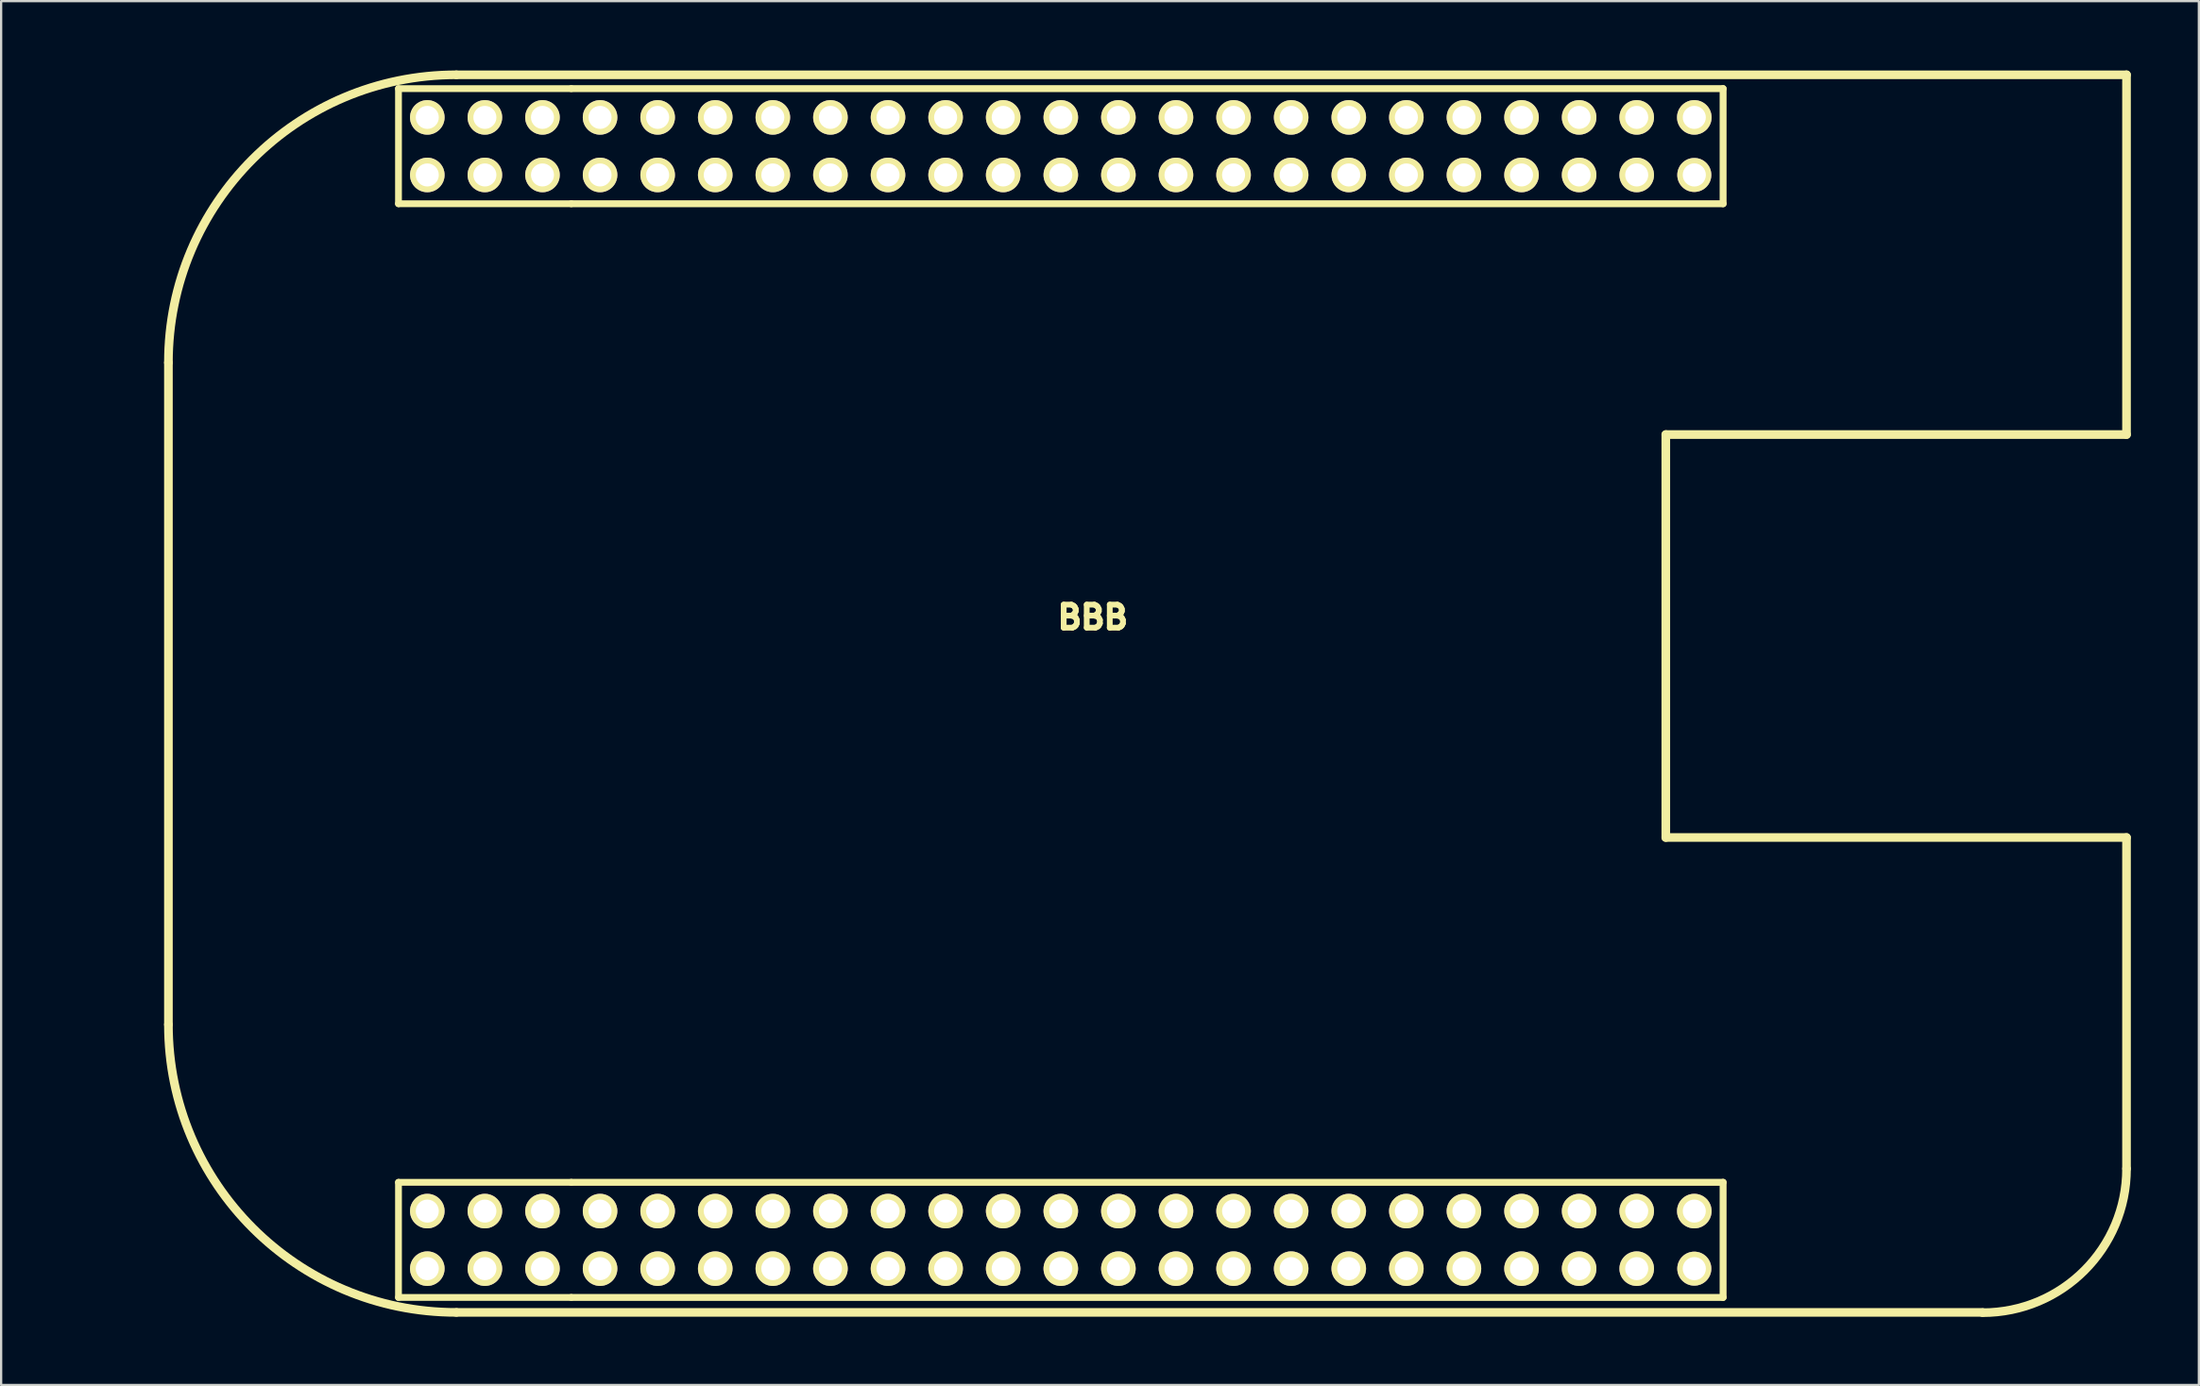
<source format=kicad_pcb>
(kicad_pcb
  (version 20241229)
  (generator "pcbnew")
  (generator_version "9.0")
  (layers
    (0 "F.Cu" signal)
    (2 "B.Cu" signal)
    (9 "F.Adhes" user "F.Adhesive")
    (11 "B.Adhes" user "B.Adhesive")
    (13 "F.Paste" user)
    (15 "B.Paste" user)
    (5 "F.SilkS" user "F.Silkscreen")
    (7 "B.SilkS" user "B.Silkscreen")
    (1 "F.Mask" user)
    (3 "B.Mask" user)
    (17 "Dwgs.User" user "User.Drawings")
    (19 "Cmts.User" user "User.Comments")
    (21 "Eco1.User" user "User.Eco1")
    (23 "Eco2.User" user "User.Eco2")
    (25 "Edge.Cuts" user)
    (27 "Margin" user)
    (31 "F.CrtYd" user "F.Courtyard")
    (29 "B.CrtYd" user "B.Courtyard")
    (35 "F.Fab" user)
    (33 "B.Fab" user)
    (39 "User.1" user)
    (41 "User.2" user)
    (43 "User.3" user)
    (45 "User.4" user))
  (footprint "BBB"
    (layer "F.Cu")
    (at 0.25 0.25)
    (property "Reference" "BBB" (at 44.895 23.939 0) (layer "F.SilkS") (effects (font (size 1.016 1.016) (thickness 0.254))))
    (attr through_hole)
    (fp_line (start 4.128 12.7) (end 4.128 41.91) (stroke (width 0.381) (type solid)) (layer "F.SilkS"))
    (fp_line (start 14.275 0.61) (end 21.895 0.61) (stroke (width 0.3) (type solid)) (layer "F.SilkS"))
    (fp_line (start 14.275 5.69) (end 14.275 0.61) (stroke (width 0.3) (type solid)) (layer "F.SilkS"))
    (fp_line (start 14.275 48.87) (end 21.895 48.87) (stroke (width 0.3) (type solid)) (layer "F.SilkS"))
    (fp_line (start 14.275 53.95) (end 14.275 48.87) (stroke (width 0.3) (type solid)) (layer "F.SilkS"))
    (fp_line (start 21.895 0.61) (end 72.695 0.61) (stroke (width 0.305) (type solid)) (layer "F.SilkS"))
    (fp_line (start 21.895 5.69) (end 14.275 5.69) (stroke (width 0.3) (type solid)) (layer "F.SilkS"))
    (fp_line (start 21.895 5.69) (end 72.695 5.69) (stroke (width 0.305) (type solid)) (layer "F.SilkS"))
    (fp_line (start 21.895 48.87) (end 72.695 48.87) (stroke (width 0.305) (type solid)) (layer "F.SilkS"))
    (fp_line (start 21.895 53.95) (end 14.275 53.95) (stroke (width 0.3) (type solid)) (layer "F.SilkS"))
    (fp_line (start 21.895 53.95) (end 72.695 53.95) (stroke (width 0.305) (type solid)) (layer "F.SilkS"))
    (fp_line (start 70.168 33.655) (end 70.168 15.875) (stroke (width 0.381) (type solid)) (layer "F.SilkS"))
    (fp_line (start 72.695 0.61) (end 72.695 5.69) (stroke (width 0.305) (type solid)) (layer "F.SilkS"))
    (fp_line (start 72.695 48.87) (end 72.695 53.95) (stroke (width 0.305) (type solid)) (layer "F.SilkS"))
    (fp_line (start 84.138 54.61) (end 16.828 54.61) (stroke (width 0.381) (type solid)) (layer "F.SilkS"))
    (fp_line (start 90.487 0) (end 16.828 0) (stroke (width 0.381) (type solid)) (layer "F.SilkS"))
    (fp_line (start 90.487 15.875) (end 70.168 15.875) (stroke (width 0.381) (type solid)) (layer "F.SilkS"))
    (fp_line (start 90.487 15.875) (end 90.487 0) (stroke (width 0.381) (type solid)) (layer "F.SilkS"))
    (fp_line (start 90.487 33.655) (end 70.168 33.655) (stroke (width 0.381) (type solid)) (layer "F.SilkS"))
    (fp_line (start 90.487 48.26) (end 90.487 33.655) (stroke (width 0.381) (type solid)) (layer "F.SilkS"))
    (fp_arc (start 4.1275 12.7) (mid 7.847244 3.719744) (end 16.8275 0) (stroke (width 0.381) (type solid)) (layer "F.SilkS"))
    (fp_arc (start 16.8275 54.61) (mid 7.847244 50.890256) (end 4.1275 41.91) (stroke (width 0.381) (type solid)) (layer "F.SilkS"))
    (fp_arc (start 90.4875 48.2723) (mid 88.627628 52.762428) (end 84.1375 54.6223) (stroke (width 0.381) (type solid)) (layer "F.SilkS"))
    (pad "1" thru_hole circle (at 71.425 4.42 180) (size 1.5 1.5) (drill 1.02) (layers "*.Cu" "*.Mask" "F.SilkS"))
    (pad "2" thru_hole circle (at 71.425 1.88 180) (size 1.524 1.524) (drill 1.016) (layers "*.Cu" "*.Mask" "F.SilkS"))
    (pad "3" thru_hole circle (at 68.885 4.42 180) (size 1.524 1.524) (drill 1.016) (layers "*.Cu" "*.Mask" "F.SilkS"))
    (pad "4" thru_hole circle (at 68.885 1.88 180) (size 1.524 1.524) (drill 1.016) (layers "*.Cu" "*.Mask" "F.SilkS"))
    (pad "5" thru_hole circle (at 66.345 4.42 180) (size 1.524 1.524) (drill 1.016) (layers "*.Cu" "*.Mask" "F.SilkS"))
    (pad "6" thru_hole circle (at 66.345 1.88 180) (size 1.524 1.524) (drill 1.016) (layers "*.Cu" "*.Mask" "F.SilkS"))
    (pad "7" thru_hole circle (at 63.805 4.42 180) (size 1.524 1.524) (drill 1.016) (layers "*.Cu" "*.Mask" "F.SilkS"))
    (pad "8" thru_hole circle (at 63.805 1.88 180) (size 1.524 1.524) (drill 1.016) (layers "*.Cu" "*.Mask" "F.SilkS"))
    (pad "9" thru_hole circle (at 61.265 4.42 180) (size 1.524 1.524) (drill 1.016) (layers "*.Cu" "*.Mask" "F.SilkS"))
    (pad "10" thru_hole circle (at 61.265 1.88 180) (size 1.524 1.524) (drill 1.016) (layers "*.Cu" "*.Mask" "F.SilkS"))
    (pad "11" thru_hole circle (at 58.725 4.42 180) (size 1.524 1.524) (drill 1.016) (layers "*.Cu" "*.Mask" "F.SilkS"))
    (pad "12" thru_hole circle (at 58.725 1.88 180) (size 1.524 1.524) (drill 1.016) (layers "*.Cu" "*.Mask" "F.SilkS"))
    (pad "13" thru_hole circle (at 56.185 4.42 180) (size 1.524 1.524) (drill 1.016) (layers "*.Cu" "*.Mask" "F.SilkS"))
    (pad "14" thru_hole circle (at 56.185 1.88 180) (size 1.524 1.524) (drill 1.016) (layers "*.Cu" "*.Mask" "F.SilkS"))
    (pad "15" thru_hole circle (at 53.645 4.42 180) (size 1.524 1.524) (drill 1.016) (layers "*.Cu" "*.Mask" "F.SilkS"))
    (pad "16" thru_hole circle (at 53.645 1.88 180) (size 1.524 1.524) (drill 1.016) (layers "*.Cu" "*.Mask" "F.SilkS"))
    (pad "17" thru_hole circle (at 51.105 4.42 180) (size 1.524 1.524) (drill 1.016) (layers "*.Cu" "*.Mask" "F.SilkS"))
    (pad "18" thru_hole circle (at 51.105 1.88 180) (size 1.524 1.524) (drill 1.016) (layers "*.Cu" "*.Mask" "F.SilkS"))
    (pad "19" thru_hole circle (at 48.565 4.42 180) (size 1.524 1.524) (drill 1.016) (layers "*.Cu" "*.Mask" "F.SilkS"))
    (pad "20" thru_hole circle (at 48.565 1.88 180) (size 1.524 1.524) (drill 1.016) (layers "*.Cu" "*.Mask" "F.SilkS"))
    (pad "21" thru_hole circle (at 46.025 4.42 180) (size 1.524 1.524) (drill 1.016) (layers "*.Cu" "*.Mask" "F.SilkS"))
    (pad "22" thru_hole circle (at 46.025 1.88 180) (size 1.524 1.524) (drill 1.016) (layers "*.Cu" "*.Mask" "F.SilkS"))
    (pad "23" thru_hole circle (at 43.485 4.42 180) (size 1.524 1.524) (drill 1.016) (layers "*.Cu" "*.Mask" "F.SilkS"))
    (pad "24" thru_hole circle (at 43.485 1.88 180) (size 1.524 1.524) (drill 1.016) (layers "*.Cu" "*.Mask" "F.SilkS"))
    (pad "25" thru_hole circle (at 40.945 4.42 180) (size 1.524 1.524) (drill 1.016) (layers "*.Cu" "*.Mask" "F.SilkS"))
    (pad "26" thru_hole circle (at 40.945 1.88 180) (size 1.524 1.524) (drill 1.016) (layers "*.Cu" "*.Mask" "F.SilkS"))
    (pad "27" thru_hole circle (at 38.405 4.42 180) (size 1.524 1.524) (drill 1.016) (layers "*.Cu" "*.Mask" "F.SilkS"))
    (pad "28" thru_hole circle (at 38.405 1.88 180) (size 1.524 1.524) (drill 1.016) (layers "*.Cu" "*.Mask" "F.SilkS"))
    (pad "29" thru_hole circle (at 35.865 4.42 180) (size 1.524 1.524) (drill 1.016) (layers "*.Cu" "*.Mask" "F.SilkS"))
    (pad "30" thru_hole circle (at 35.865 1.88 180) (size 1.524 1.524) (drill 1.016) (layers "*.Cu" "*.Mask" "F.SilkS"))
    (pad "31" thru_hole circle (at 33.325 4.42 180) (size 1.524 1.524) (drill 1.016) (layers "*.Cu" "*.Mask" "F.SilkS"))
    (pad "32" thru_hole circle (at 33.325 1.88 180) (size 1.524 1.524) (drill 1.016) (layers "*.Cu" "*.Mask" "F.SilkS"))
    (pad "33" thru_hole circle (at 30.785 4.42 180) (size 1.524 1.524) (drill 1.016) (layers "*.Cu" "*.Mask" "F.SilkS"))
    (pad "34" thru_hole circle (at 30.785 1.88 180) (size 1.524 1.524) (drill 1.016) (layers "*.Cu" "*.Mask" "F.SilkS"))
    (pad "35" thru_hole circle (at 28.245 4.42 180) (size 1.524 1.524) (drill 1.016) (layers "*.Cu" "*.Mask" "F.SilkS"))
    (pad "36" thru_hole circle (at 28.245 1.88 180) (size 1.524 1.524) (drill 1.016) (layers "*.Cu" "*.Mask" "F.SilkS"))
    (pad "37" thru_hole circle (at 25.705 4.42 180) (size 1.524 1.524) (drill 1.016) (layers "*.Cu" "*.Mask" "F.SilkS"))
    (pad "38" thru_hole circle (at 25.705 1.88 180) (size 1.524 1.524) (drill 1.016) (layers "*.Cu" "*.Mask" "F.SilkS"))
    (pad "39" thru_hole circle (at 23.165 4.42 180) (size 1.524 1.524) (drill 1.016) (layers "*.Cu" "*.Mask" "F.SilkS"))
    (pad "40" thru_hole circle (at 23.165 1.88 180) (size 1.524 1.524) (drill 1.016) (layers "*.Cu" "*.Mask" "F.SilkS"))
    (pad "41" thru_hole circle (at 20.625 4.42 180) (size 1.524 1.524) (drill 1.016) (layers "*.Cu" "*.Mask" "F.SilkS"))
    (pad "42" thru_hole circle (at 20.625 1.88 180) (size 1.524 1.524) (drill 1.016) (layers "*.Cu" "*.Mask" "F.SilkS"))
    (pad "43" thru_hole circle (at 18.085 4.42 180) (size 1.524 1.524) (drill 1.016) (layers "*.Cu" "*.Mask" "F.SilkS"))
    (pad "44" thru_hole circle (at 18.085 1.88 180) (size 1.524 1.524) (drill 1.016) (layers "*.Cu" "*.Mask" "F.SilkS"))
    (pad "45" thru_hole circle (at 15.545 4.42 180) (size 1.524 1.524) (drill 1.016) (layers "*.Cu" "*.Mask" "F.SilkS"))
    (pad "46" thru_hole circle (at 15.545 1.88 180) (size 1.524 1.524) (drill 1.016) (layers "*.Cu" "*.Mask" "F.SilkS"))
    (pad "901" thru_hole circle (at 71.425 52.68 180) (size 1.5 1.5) (drill 1.02) (layers "*.Cu" "*.Mask" "F.SilkS"))
    (pad "902" thru_hole circle (at 71.425 50.14 180) (size 1.524 1.524) (drill 1.016) (layers "*.Cu" "*.Mask" "F.SilkS"))
    (pad "903" thru_hole circle (at 68.885 52.68 180) (size 1.524 1.524) (drill 1.016) (layers "*.Cu" "*.Mask" "F.SilkS"))
    (pad "904" thru_hole circle (at 68.885 50.14 180) (size 1.524 1.524) (drill 1.016) (layers "*.Cu" "*.Mask" "F.SilkS"))
    (pad "905" thru_hole circle (at 66.345 52.68 180) (size 1.524 1.524) (drill 1.016) (layers "*.Cu" "*.Mask" "F.SilkS"))
    (pad "906" thru_hole circle (at 66.345 50.14 180) (size 1.524 1.524) (drill 1.016) (layers "*.Cu" "*.Mask" "F.SilkS"))
    (pad "907" thru_hole circle (at 63.805 52.68 180) (size 1.524 1.524) (drill 1.016) (layers "*.Cu" "*.Mask" "F.SilkS"))
    (pad "908" thru_hole circle (at 63.805 50.14 180) (size 1.524 1.524) (drill 1.016) (layers "*.Cu" "*.Mask" "F.SilkS"))
    (pad "909" thru_hole circle (at 61.265 52.68 180) (size 1.524 1.524) (drill 1.016) (layers "*.Cu" "*.Mask" "F.SilkS"))
    (pad "910" thru_hole circle (at 61.265 50.14 180) (size 1.524 1.524) (drill 1.016) (layers "*.Cu" "*.Mask" "F.SilkS"))
    (pad "911" thru_hole circle (at 58.725 52.68 180) (size 1.524 1.524) (drill 1.016) (layers "*.Cu" "*.Mask" "F.SilkS"))
    (pad "912" thru_hole circle (at 58.725 50.14 180) (size 1.524 1.524) (drill 1.016) (layers "*.Cu" "*.Mask" "F.SilkS"))
    (pad "913" thru_hole circle (at 56.185 52.68 180) (size 1.524 1.524) (drill 1.016) (layers "*.Cu" "*.Mask" "F.SilkS"))
    (pad "914" thru_hole circle (at 56.185 50.14 180) (size 1.524 1.524) (drill 1.016) (layers "*.Cu" "*.Mask" "F.SilkS"))
    (pad "915" thru_hole circle (at 53.645 52.68 180) (size 1.524 1.524) (drill 1.016) (layers "*.Cu" "*.Mask" "F.SilkS"))
    (pad "916" thru_hole circle (at 53.645 50.14 180) (size 1.524 1.524) (drill 1.016) (layers "*.Cu" "*.Mask" "F.SilkS"))
    (pad "917" thru_hole circle (at 51.105 52.68 180) (size 1.524 1.524) (drill 1.016) (layers "*.Cu" "*.Mask" "F.SilkS"))
    (pad "918" thru_hole circle (at 51.105 50.14 180) (size 1.524 1.524) (drill 1.016) (layers "*.Cu" "*.Mask" "F.SilkS"))
    (pad "919" thru_hole circle (at 48.565 52.68 180) (size 1.524 1.524) (drill 1.016) (layers "*.Cu" "*.Mask" "F.SilkS"))
    (pad "920" thru_hole circle (at 48.565 50.14 180) (size 1.524 1.524) (drill 1.016) (layers "*.Cu" "*.Mask" "F.SilkS"))
    (pad "921" thru_hole circle (at 46.025 52.68 180) (size 1.524 1.524) (drill 1.016) (layers "*.Cu" "*.Mask" "F.SilkS"))
    (pad "922" thru_hole circle (at 46.025 50.14 180) (size 1.524 1.524) (drill 1.016) (layers "*.Cu" "*.Mask" "F.SilkS"))
    (pad "923" thru_hole circle (at 43.485 52.68 180) (size 1.524 1.524) (drill 1.016) (layers "*.Cu" "*.Mask" "F.SilkS"))
    (pad "924" thru_hole circle (at 43.485 50.14 180) (size 1.524 1.524) (drill 1.016) (layers "*.Cu" "*.Mask" "F.SilkS"))
    (pad "925" thru_hole circle (at 40.945 52.68 180) (size 1.524 1.524) (drill 1.016) (layers "*.Cu" "*.Mask" "F.SilkS"))
    (pad "926" thru_hole circle (at 40.945 50.14 180) (size 1.524 1.524) (drill 1.016) (layers "*.Cu" "*.Mask" "F.SilkS"))
    (pad "927" thru_hole circle (at 38.405 52.68 180) (size 1.524 1.524) (drill 1.016) (layers "*.Cu" "*.Mask" "F.SilkS"))
    (pad "928" thru_hole circle (at 38.405 50.14 180) (size 1.524 1.524) (drill 1.016) (layers "*.Cu" "*.Mask" "F.SilkS"))
    (pad "929" thru_hole circle (at 35.865 52.68 180) (size 1.524 1.524) (drill 1.016) (layers "*.Cu" "*.Mask" "F.SilkS"))
    (pad "930" thru_hole circle (at 35.865 50.14 180) (size 1.524 1.524) (drill 1.016) (layers "*.Cu" "*.Mask" "F.SilkS"))
    (pad "931" thru_hole circle (at 33.325 52.68 180) (size 1.524 1.524) (drill 1.016) (layers "*.Cu" "*.Mask" "F.SilkS"))
    (pad "932" thru_hole circle (at 33.325 50.14 180) (size 1.524 1.524) (drill 1.016) (layers "*.Cu" "*.Mask" "F.SilkS"))
    (pad "933" thru_hole circle (at 30.785 52.68 180) (size 1.524 1.524) (drill 1.016) (layers "*.Cu" "*.Mask" "F.SilkS"))
    (pad "934" thru_hole circle (at 30.785 50.14 180) (size 1.524 1.524) (drill 1.016) (layers "*.Cu" "*.Mask" "F.SilkS"))
    (pad "935" thru_hole circle (at 28.245 52.68 180) (size 1.524 1.524) (drill 1.016) (layers "*.Cu" "*.Mask" "F.SilkS"))
    (pad "936" thru_hole circle (at 28.245 50.14 180) (size 1.524 1.524) (drill 1.016) (layers "*.Cu" "*.Mask" "F.SilkS"))
    (pad "937" thru_hole circle (at 25.705 52.68 180) (size 1.524 1.524) (drill 1.016) (layers "*.Cu" "*.Mask" "F.SilkS"))
    (pad "938" thru_hole circle (at 25.705 50.14 180) (size 1.524 1.524) (drill 1.016) (layers "*.Cu" "*.Mask" "F.SilkS"))
    (pad "939" thru_hole circle (at 23.165 52.68 180) (size 1.524 1.524) (drill 1.016) (layers "*.Cu" "*.Mask" "F.SilkS"))
    (pad "940" thru_hole circle (at 23.165 50.14 180) (size 1.524 1.524) (drill 1.016) (layers "*.Cu" "*.Mask" "F.SilkS"))
    (pad "941" thru_hole circle (at 20.625 52.68 180) (size 1.524 1.524) (drill 1.016) (layers "*.Cu" "*.Mask" "F.SilkS"))
    (pad "942" thru_hole circle (at 20.625 50.14 180) (size 1.524 1.524) (drill 1.016) (layers "*.Cu" "*.Mask" "F.SilkS"))
    (pad "943" thru_hole circle (at 18.085 52.68 180) (size 1.524 1.524) (drill 1.016) (layers "*.Cu" "*.Mask" "F.SilkS"))
    (pad "944" thru_hole circle (at 18.085 50.14 180) (size 1.524 1.524) (drill 1.016) (layers "*.Cu" "*.Mask" "F.SilkS"))
    (pad "945" thru_hole circle (at 15.545 52.68 180) (size 1.524 1.524) (drill 1.016) (layers "*.Cu" "*.Mask" "F.SilkS"))
    (pad "946" thru_hole circle (at 15.545 50.14 180) (size 1.524 1.524) (drill 1.016) (layers "*.Cu" "*.Mask" "F.SilkS")))
  (gr_rect
    (start -3 -3)
    (end 93.928 58.063)
    (stroke (width 0.1) (type default))
    (fill no)
    (layer "Edge.Cuts")))
</source>
